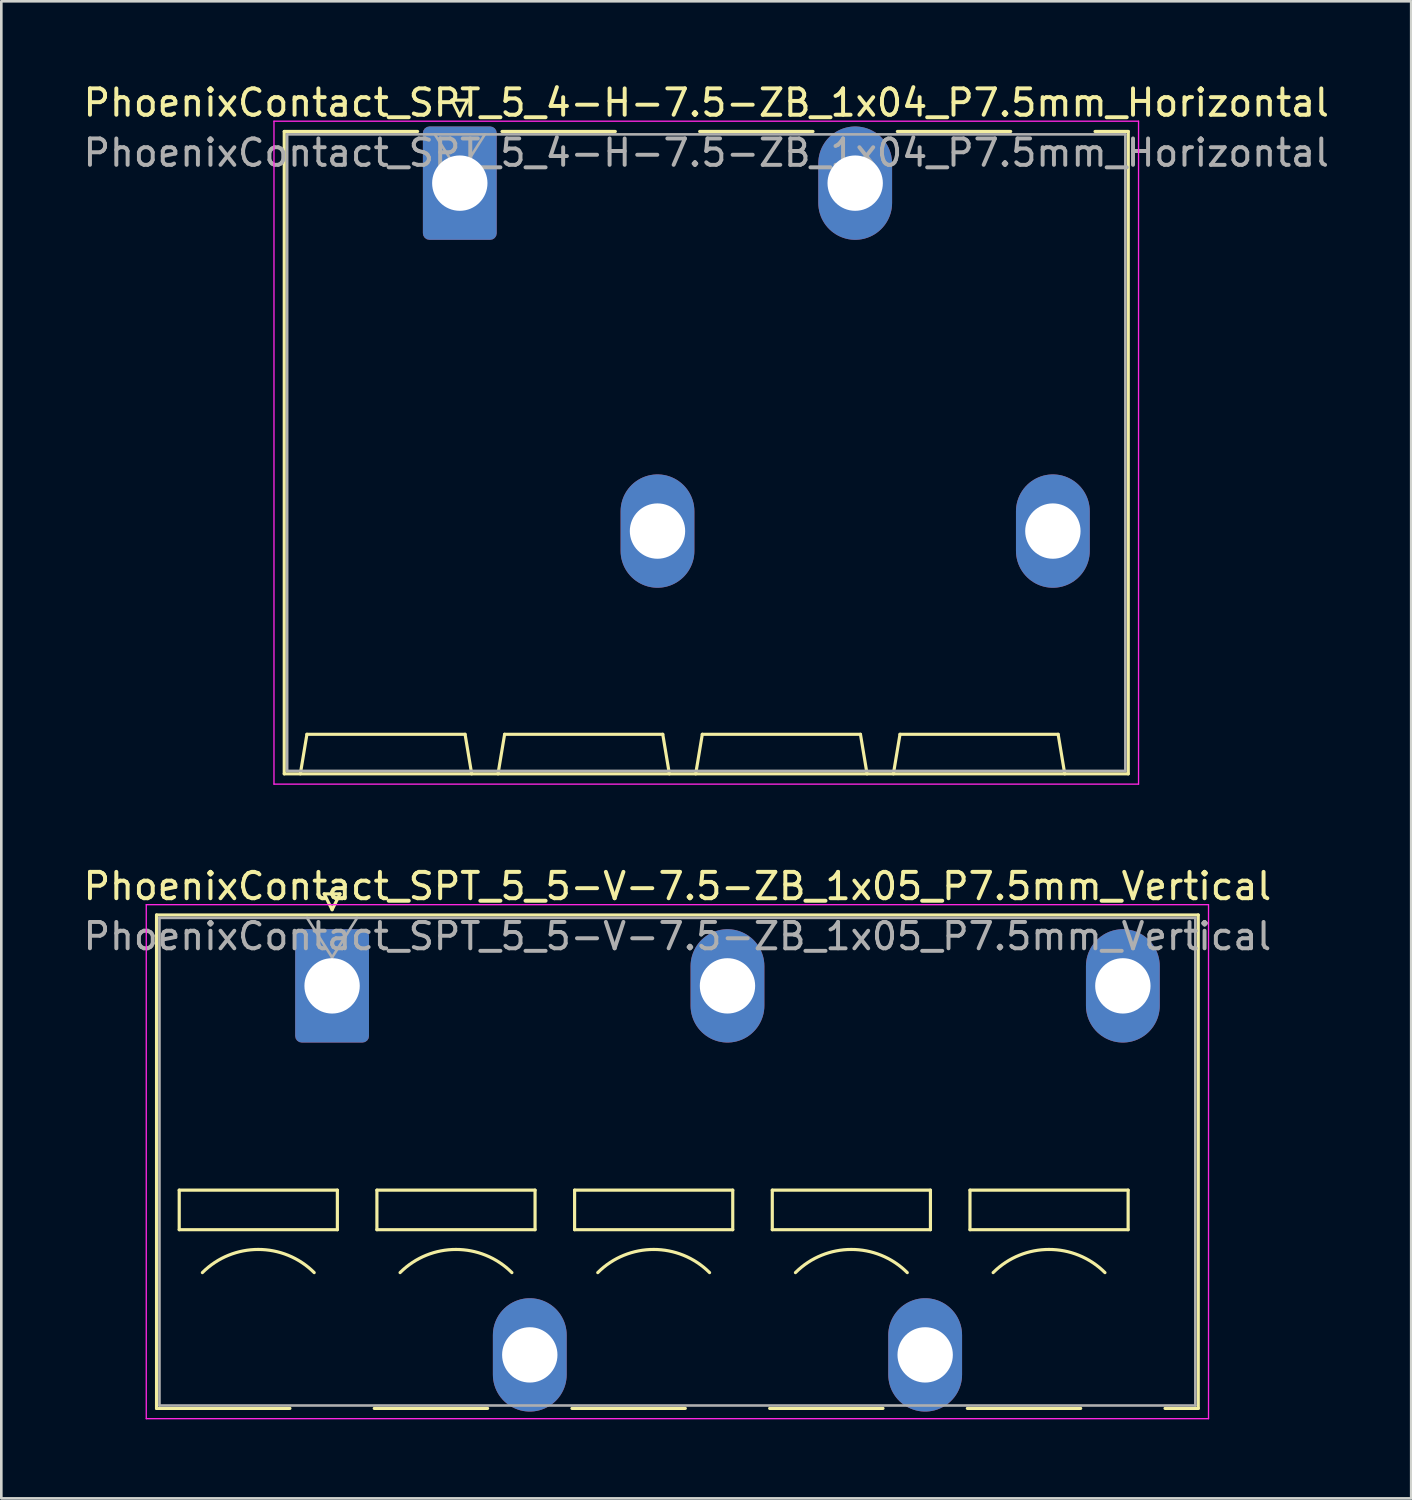
<source format=kicad_pcb>
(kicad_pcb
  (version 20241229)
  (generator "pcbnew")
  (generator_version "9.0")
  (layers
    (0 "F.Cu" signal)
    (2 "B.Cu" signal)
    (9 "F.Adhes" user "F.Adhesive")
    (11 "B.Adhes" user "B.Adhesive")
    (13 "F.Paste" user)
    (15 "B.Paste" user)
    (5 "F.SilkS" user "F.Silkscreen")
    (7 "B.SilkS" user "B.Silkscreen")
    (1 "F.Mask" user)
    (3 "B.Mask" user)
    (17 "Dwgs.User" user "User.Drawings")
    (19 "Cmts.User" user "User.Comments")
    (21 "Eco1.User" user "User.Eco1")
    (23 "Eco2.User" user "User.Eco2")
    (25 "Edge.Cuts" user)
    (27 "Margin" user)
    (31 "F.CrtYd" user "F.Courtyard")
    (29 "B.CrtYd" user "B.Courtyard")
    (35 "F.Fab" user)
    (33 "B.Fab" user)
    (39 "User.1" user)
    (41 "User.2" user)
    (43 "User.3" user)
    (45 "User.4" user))
  (footprint "PhoenixContact_SPT_5_5-V-7.5-ZB_1x05_P7.5mm_Vertical"
    (layer "F.Cu")
    (at 9.549 34.352)
    (property "Reference" "PhoenixContact_SPT_5_5-V-7.5-ZB_1x05_P7.5mm_Vertical" (at 13.1 -3.78 0) (layer "F.SilkS") (effects (font (size 1 1) (thickness 0.15))))
    (attr through_hole)
    (fp_line (start -6.66 -2.69) (end 32.86 -2.69) (stroke (width 0.12) (type solid)) (layer "F.SilkS"))
    (fp_line (start -6.66 16.03) (end -6.66 -2.69) (stroke (width 0.12) (type solid)) (layer "F.SilkS"))
    (fp_line (start -6.66 16.03) (end -1.6 16.03) (stroke (width 0.12) (type solid)) (layer "F.SilkS"))
    (fp_line (start -5.8 7.75) (end -5.8 9.25) (stroke (width 0.12) (type solid)) (layer "F.SilkS"))
    (fp_line (start -5.8 9.25) (end 0.2 9.25) (stroke (width 0.12) (type solid)) (layer "F.SilkS"))
    (fp_line (start -0.3 -3.49) (end 0 -2.89) (stroke (width 0.12) (type solid)) (layer "F.SilkS"))
    (fp_line (start -0.3 -3.49) (end 0.3 -3.49) (stroke (width 0.12) (type solid)) (layer "F.SilkS"))
    (fp_line (start 0.2 7.75) (end -5.8 7.75) (stroke (width 0.12) (type solid)) (layer "F.SilkS"))
    (fp_line (start 0.2 9.25) (end 0.2 7.75) (stroke (width 0.12) (type solid)) (layer "F.SilkS"))
    (fp_line (start 0.3 -3.49) (end 0 -2.89) (stroke (width 0.12) (type solid)) (layer "F.SilkS"))
    (fp_line (start 1.6 16.03) (end 5.9 16.03) (stroke (width 0.12) (type solid)) (layer "F.SilkS"))
    (fp_line (start 1.7 7.75) (end 1.7 9.25) (stroke (width 0.12) (type solid)) (layer "F.SilkS"))
    (fp_line (start 1.7 9.25) (end 7.7 9.25) (stroke (width 0.12) (type solid)) (layer "F.SilkS"))
    (fp_line (start 7.7 7.75) (end 1.7 7.75) (stroke (width 0.12) (type solid)) (layer "F.SilkS"))
    (fp_line (start 7.7 9.25) (end 7.7 7.75) (stroke (width 0.12) (type solid)) (layer "F.SilkS"))
    (fp_line (start 9.1 16.03) (end 13.4 16.03) (stroke (width 0.12) (type solid)) (layer "F.SilkS"))
    (fp_line (start 9.2 7.75) (end 9.2 9.25) (stroke (width 0.12) (type solid)) (layer "F.SilkS"))
    (fp_line (start 9.2 9.25) (end 15.2 9.25) (stroke (width 0.12) (type solid)) (layer "F.SilkS"))
    (fp_line (start 15.2 7.75) (end 9.2 7.75) (stroke (width 0.12) (type solid)) (layer "F.SilkS"))
    (fp_line (start 15.2 9.25) (end 15.2 7.75) (stroke (width 0.12) (type solid)) (layer "F.SilkS"))
    (fp_line (start 16.6 16.03) (end 20.9 16.03) (stroke (width 0.12) (type solid)) (layer "F.SilkS"))
    (fp_line (start 16.7 7.75) (end 16.7 9.25) (stroke (width 0.12) (type solid)) (layer "F.SilkS"))
    (fp_line (start 16.7 9.25) (end 22.7 9.25) (stroke (width 0.12) (type solid)) (layer "F.SilkS"))
    (fp_line (start 22.7 7.75) (end 16.7 7.75) (stroke (width 0.12) (type solid)) (layer "F.SilkS"))
    (fp_line (start 22.7 9.25) (end 22.7 7.75) (stroke (width 0.12) (type solid)) (layer "F.SilkS"))
    (fp_line (start 24.1 16.03) (end 28.4 16.03) (stroke (width 0.12) (type solid)) (layer "F.SilkS"))
    (fp_line (start 24.2 7.75) (end 24.2 9.25) (stroke (width 0.12) (type solid)) (layer "F.SilkS"))
    (fp_line (start 24.2 9.25) (end 30.2 9.25) (stroke (width 0.12) (type solid)) (layer "F.SilkS"))
    (fp_line (start 30.2 7.75) (end 24.2 7.75) (stroke (width 0.12) (type solid)) (layer "F.SilkS"))
    (fp_line (start 30.2 9.25) (end 30.2 7.75) (stroke (width 0.12) (type solid)) (layer "F.SilkS"))
    (fp_line (start 31.6 16.03) (end 32.86 16.03) (stroke (width 0.12) (type solid)) (layer "F.SilkS"))
    (fp_line (start 32.86 -2.69) (end 32.86 16.03) (stroke (width 0.12) (type solid)) (layer "F.SilkS"))
    (fp_arc (start -4.92132 10.87868) (mid -2.8 10) (end -0.67868 10.87868) (stroke (width 0.12) (type solid)) (layer "F.SilkS"))
    (fp_arc (start 2.57868 10.87868) (mid 4.7 10) (end 6.82132 10.87868) (stroke (width 0.12) (type solid)) (layer "F.SilkS"))
    (fp_arc (start 10.07868 10.87868) (mid 12.2 10) (end 14.32132 10.87868) (stroke (width 0.12) (type solid)) (layer "F.SilkS"))
    (fp_arc (start 17.57868 10.87868) (mid 19.7 10) (end 21.82132 10.87868) (stroke (width 0.12) (type solid)) (layer "F.SilkS"))
    (fp_arc (start 25.07868 10.87868) (mid 27.2 10) (end 29.32132 10.87868) (stroke (width 0.12) (type solid)) (layer "F.SilkS"))
    (fp_line (start -7.05 -3.08) (end -7.05 16.42) (stroke (width 0.05) (type solid)) (layer "F.CrtYd"))
    (fp_line (start -7.05 16.42) (end 33.25 16.42) (stroke (width 0.05) (type solid)) (layer "F.CrtYd"))
    (fp_line (start 33.25 -3.08) (end -7.05 -3.08) (stroke (width 0.05) (type solid)) (layer "F.CrtYd"))
    (fp_line (start 33.25 16.42) (end 33.25 -3.08) (stroke (width 0.05) (type solid)) (layer "F.CrtYd"))
    (fp_line (start -6.55 -2.58) (end -6.55 15.92) (stroke (width 0.1) (type solid)) (layer "F.Fab"))
    (fp_line (start -6.55 15.92) (end 32.75 15.92) (stroke (width 0.1) (type solid)) (layer "F.Fab"))
    (fp_line (start -0.95 -2.58) (end 0 -1.08) (stroke (width 0.1) (type solid)) (layer "F.Fab"))
    (fp_line (start 0.95 -2.58) (end 0 -1.08) (stroke (width 0.1) (type solid)) (layer "F.Fab"))
    (fp_line (start 32.75 -2.58) (end -6.55 -2.58) (stroke (width 0.1) (type solid)) (layer "F.Fab"))
    (fp_line (start 32.75 15.92) (end 32.75 -2.58) (stroke (width 0.1) (type solid)) (layer "F.Fab"))
    (fp_text user "${REFERENCE}" (at 13.1 -1.88 0) (layer "F.Fab") (effects (font (size 1 1) (thickness 0.15))))
    (pad "1" thru_hole roundrect (at 0 0) (size 2.8 4.3) (drill 2.1) (layers "*.Cu" "*.Mask") (roundrect_rratio 0.089))
    (pad "2" thru_hole oval (at 7.5 14) (size 2.8 4.3) (drill 2.1) (layers "*.Cu" "*.Mask"))
    (pad "3" thru_hole oval (at 15 0) (size 2.8 4.3) (drill 2.1) (layers "*.Cu" "*.Mask"))
    (pad "4" thru_hole oval (at 22.5 14) (size 2.8 4.3) (drill 2.1) (layers "*.Cu" "*.Mask"))
    (pad "5" thru_hole oval (at 30 0) (size 2.8 4.3) (drill 2.1) (layers "*.Cu" "*.Mask")))
  (footprint "PhoenixContact_SPT_5_4-H-7.5-ZB_1x04_P7.5mm_Horizontal"
    (layer "F.Cu")
    (at 14.394 3.898)
    (property "Reference" "PhoenixContact_SPT_5_4-H-7.5-ZB_1x04_P7.5mm_Horizontal" (at 9.35 -3.05 0) (layer "F.SilkS") (effects (font (size 1 1) (thickness 0.15))))
    (attr through_hole)
    (fp_line (start -6.66 -1.96) (end -1.6 -1.96) (stroke (width 0.12) (type solid)) (layer "F.SilkS"))
    (fp_line (start -6.66 22.41) (end -6.66 -1.96) (stroke (width 0.12) (type solid)) (layer "F.SilkS"))
    (fp_line (start -6.05 22.41) (end -5.8 20.91) (stroke (width 0.12) (type solid)) (layer "F.SilkS"))
    (fp_line (start -5.8 20.91) (end 0.2 20.91) (stroke (width 0.12) (type solid)) (layer "F.SilkS"))
    (fp_line (start -0.3 -3.15) (end 0 -2.55) (stroke (width 0.12) (type solid)) (layer "F.SilkS"))
    (fp_line (start -0.3 -3.15) (end 0.3 -3.15) (stroke (width 0.12) (type solid)) (layer "F.SilkS"))
    (fp_line (start 0.3 -3.15) (end 0 -2.55) (stroke (width 0.12) (type solid)) (layer "F.SilkS"))
    (fp_line (start 0.45 22.41) (end 0.2 20.91) (stroke (width 0.12) (type solid)) (layer "F.SilkS"))
    (fp_line (start 1.45 22.41) (end 1.7 20.91) (stroke (width 0.12) (type solid)) (layer "F.SilkS"))
    (fp_line (start 1.6 -1.96) (end 5.9 -1.96) (stroke (width 0.12) (type solid)) (layer "F.SilkS"))
    (fp_line (start 1.7 20.91) (end 7.7 20.91) (stroke (width 0.12) (type solid)) (layer "F.SilkS"))
    (fp_line (start 7.95 22.41) (end 7.7 20.91) (stroke (width 0.12) (type solid)) (layer "F.SilkS"))
    (fp_line (start 8.95 22.41) (end 9.2 20.91) (stroke (width 0.12) (type solid)) (layer "F.SilkS"))
    (fp_line (start 9.1 -1.96) (end 13.4 -1.96) (stroke (width 0.12) (type solid)) (layer "F.SilkS"))
    (fp_line (start 9.2 20.91) (end 15.2 20.91) (stroke (width 0.12) (type solid)) (layer "F.SilkS"))
    (fp_line (start 15.45 22.41) (end 15.2 20.91) (stroke (width 0.12) (type solid)) (layer "F.SilkS"))
    (fp_line (start 16.45 22.41) (end 16.7 20.91) (stroke (width 0.12) (type solid)) (layer "F.SilkS"))
    (fp_line (start 16.6 -1.96) (end 20.9 -1.96) (stroke (width 0.12) (type solid)) (layer "F.SilkS"))
    (fp_line (start 16.7 20.91) (end 22.7 20.91) (stroke (width 0.12) (type solid)) (layer "F.SilkS"))
    (fp_line (start 22.95 22.41) (end 22.7 20.91) (stroke (width 0.12) (type solid)) (layer "F.SilkS"))
    (fp_line (start 24.1 -1.96) (end 25.36 -1.96) (stroke (width 0.12) (type solid)) (layer "F.SilkS"))
    (fp_line (start 25.36 -1.96) (end 25.36 22.41) (stroke (width 0.12) (type solid)) (layer "F.SilkS"))
    (fp_line (start 25.36 22.41) (end -6.66 22.41) (stroke (width 0.12) (type solid)) (layer "F.SilkS"))
    (fp_line (start -7.05 -2.35) (end -7.05 22.8) (stroke (width 0.05) (type solid)) (layer "F.CrtYd"))
    (fp_line (start -7.05 22.8) (end 25.75 22.8) (stroke (width 0.05) (type solid)) (layer "F.CrtYd"))
    (fp_line (start 25.75 -2.35) (end -7.05 -2.35) (stroke (width 0.05) (type solid)) (layer "F.CrtYd"))
    (fp_line (start 25.75 22.8) (end 25.75 -2.35) (stroke (width 0.05) (type solid)) (layer "F.CrtYd"))
    (fp_line (start -6.55 -1.85) (end -6.55 22.3) (stroke (width 0.1) (type solid)) (layer "F.Fab"))
    (fp_line (start -6.55 22.3) (end 25.25 22.3) (stroke (width 0.1) (type solid)) (layer "F.Fab"))
    (fp_line (start -0.95 -1.85) (end 0 -0.35) (stroke (width 0.1) (type solid)) (layer "F.Fab"))
    (fp_line (start 0.95 -1.85) (end 0 -0.35) (stroke (width 0.1) (type solid)) (layer "F.Fab"))
    (fp_line (start 25.25 -1.85) (end -6.55 -1.85) (stroke (width 0.1) (type solid)) (layer "F.Fab"))
    (fp_line (start 25.25 22.3) (end 25.25 -1.85) (stroke (width 0.1) (type solid)) (layer "F.Fab"))
    (fp_text user "${REFERENCE}" (at 9.35 -1.15 0) (layer "F.Fab") (effects (font (size 1 1) (thickness 0.15))))
    (pad "1" thru_hole roundrect (at 0 0) (size 2.8 4.3) (drill 2.1) (layers "*.Cu" "*.Mask") (roundrect_rratio 0.089))
    (pad "2" thru_hole oval (at 7.5 13.2) (size 2.8 4.3) (drill 2.1) (layers "*.Cu" "*.Mask"))
    (pad "3" thru_hole oval (at 15 0) (size 2.8 4.3) (drill 2.1) (layers "*.Cu" "*.Mask"))
    (pad "4" thru_hole oval (at 22.5 13.2) (size 2.8 4.3) (drill 2.1) (layers "*.Cu" "*.Mask")))
  (gr_rect
    (start -3 -3)
    (end 50.488 53.797)
    (stroke (width 0.1) (type default))
    (fill no)
    (layer "Edge.Cuts")))
</source>
